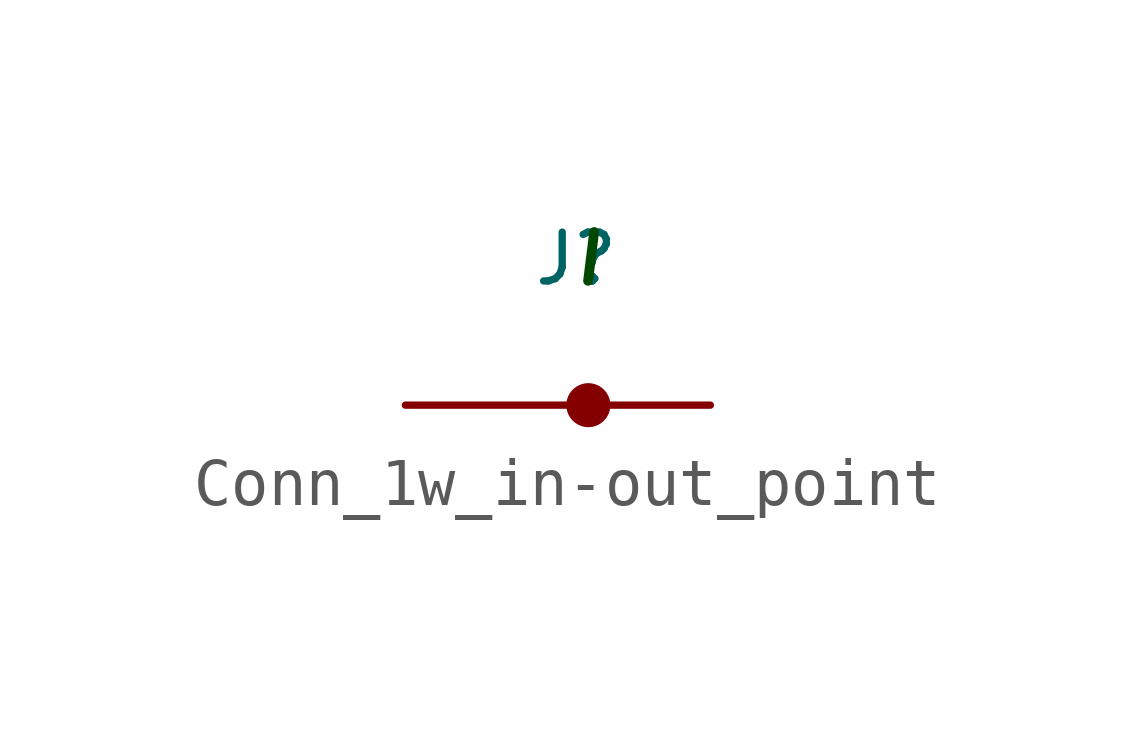
<source format=kicad_sym>
(kicad_symbol_lib
  (version 20231120)
  (generator "kicad_symbol_editor")
  (generator_version "8.0")
  (symbol "Conn_1w_in-out_point"
    (pin_numbers hide)
    (pin_names
      (offset 1.016) hide)
    (property "Reference" "J"
      (at -0.254 3.048 0)
      (effects (font (size 1.016 1.016))))
    (property "IN-OUT-N" "I"
      (at 0 3.048 0)
      (effects (font (size 1.016 1.016) (bold yes) (italic yes) (color 0 72 0 1))))
    (symbol "Conn_1w_in-out_point_0_1"
      (polyline (pts (xy 0 0) (xy -3.81 0)) (stroke (width 0) (type default)) (fill (type none))))
    (symbol "Conn_1w_in-out_point_1_1"
      (circle (center 0 0) (radius 0.382) (stroke (width 0) (type default)) (fill (type outline)))
      (pin bidirectional line (at 2.54 0 180) (length 2.54) (name "~" (effects (font (size 1.016 1.016)))) (number "1" (effects (font (size 1.016 1.016))))))))
</source>
